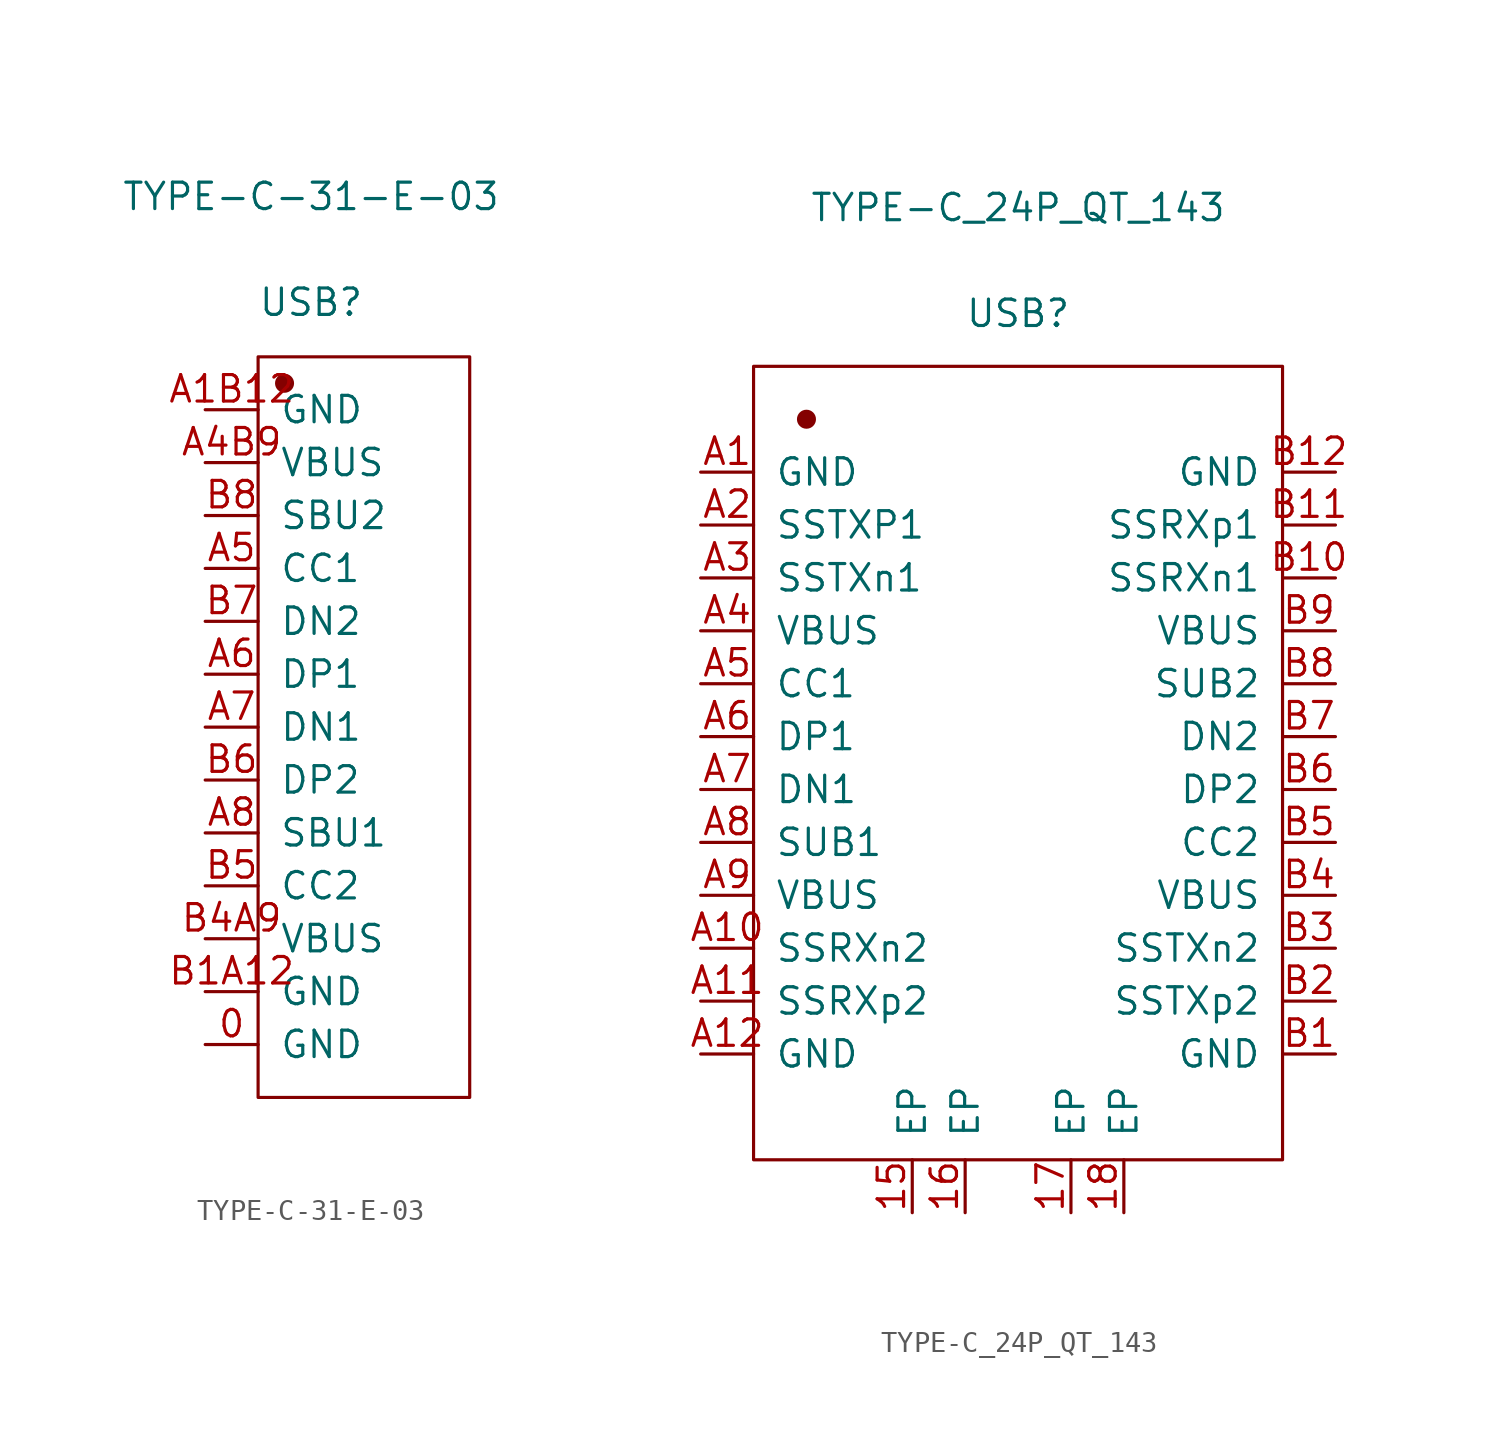
<source format=kicad_sym>
(kicad_symbol_lib
  (version 20211014)
  (generator kicad_symbol_editor)
  (symbol "TYPE-C-31-E-03"
    (pin_names
      (offset 1.016))
    (property "Reference" "USB"
      (at 0 20.396 0)
      (effects (font (size 1.27 1.27))))
    (property "Value" "TYPE-C-31-E-03"
      (at 0 25.476 0)
      (effects (font (size 1.27 1.27))))
    (symbol "TYPE-C-31-E-03_1_1"
      (rectangle (start -2.54 17.78) (end 7.62 -17.78) (stroke (width 0.152) (type default) (color 0 0 0 0)) (fill (type none)))
      (circle (center -1.27 16.51) (radius 0.381) (stroke (width 0.152) (type default) (color 0 0 0 0)) (fill (type outline)))
      (pin input line (at -5.08 -15.24 0) (length 2.54) (name "GND" (effects (font (size 1.27 1.27)))) (number "0" (effects (font (size 1.27 1.27)))))
      (pin input line (at -5.08 15.24 0) (length 2.54) (name "GND" (effects (font (size 1.27 1.27)))) (number "A1B12" (effects (font (size 1.27 1.27)))))
      (pin input line (at -5.08 12.7 0) (length 2.54) (name "VBUS" (effects (font (size 1.27 1.27)))) (number "A4B9" (effects (font (size 1.27 1.27)))))
      (pin input line (at -5.08 7.62 0) (length 2.54) (name "CC1" (effects (font (size 1.27 1.27)))) (number "A5" (effects (font (size 1.27 1.27)))))
      (pin input line (at -5.08 2.54 0) (length 2.54) (name "DP1" (effects (font (size 1.27 1.27)))) (number "A6" (effects (font (size 1.27 1.27)))))
      (pin input line (at -5.08 0 0) (length 2.54) (name "DN1" (effects (font (size 1.27 1.27)))) (number "A7" (effects (font (size 1.27 1.27)))))
      (pin input line (at -5.08 -5.08 0) (length 2.54) (name "SBU1" (effects (font (size 1.27 1.27)))) (number "A8" (effects (font (size 1.27 1.27)))))
      (pin input line (at -5.08 -12.7 0) (length 2.54) (name "GND" (effects (font (size 1.27 1.27)))) (number "B1A12" (effects (font (size 1.27 1.27)))))
      (pin input line (at -5.08 -10.16 0) (length 2.54) (name "VBUS" (effects (font (size 1.27 1.27)))) (number "B4A9" (effects (font (size 1.27 1.27)))))
      (pin input line (at -5.08 -7.62 0) (length 2.54) (name "CC2" (effects (font (size 1.27 1.27)))) (number "B5" (effects (font (size 1.27 1.27)))))
      (pin input line (at -5.08 -2.54 0) (length 2.54) (name "DP2" (effects (font (size 1.27 1.27)))) (number "B6" (effects (font (size 1.27 1.27)))))
      (pin input line (at -5.08 5.08 0) (length 2.54) (name "DN2" (effects (font (size 1.27 1.27)))) (number "B7" (effects (font (size 1.27 1.27)))))
      (pin input line (at -5.08 10.16 0) (length 2.54) (name "SBU2" (effects (font (size 1.27 1.27)))) (number "B8" (effects (font (size 1.27 1.27)))))))
  (symbol "TYPE-C_24P_QT_143"
    (pin_names
      (offset 1.016))
    (property "Reference" "USB"
      (at 0 22.86 0)
      (effects (font (size 1.27 1.27))))
    (property "Value" "TYPE-C_24P_QT_143"
      (at 0 27.94 0)
      (effects (font (size 1.27 1.27))))
    (symbol "TYPE-C_24P_QT_143_1_1"
      (rectangle (start -12.7 20.32) (end 12.7 -17.78) (stroke (width 0.152) (type default) (color 0 0 0 0)) (fill (type none)))
      (circle (center -10.16 17.78) (radius 0.381) (stroke (width 0.152) (type default) (color 0 0 0 0)) (fill (type outline)))
      (pin input line (at -5.08 -20.32 90) (length 2.54) (name "EP" (effects (font (size 1.27 1.27)))) (number "15" (effects (font (size 1.27 1.27)))))
      (pin input line (at -2.54 -20.32 90) (length 2.54) (name "EP" (effects (font (size 1.27 1.27)))) (number "16" (effects (font (size 1.27 1.27)))))
      (pin input line (at 2.54 -20.32 90) (length 2.54) (name "EP" (effects (font (size 1.27 1.27)))) (number "17" (effects (font (size 1.27 1.27)))))
      (pin input line (at 5.08 -20.32 90) (length 2.54) (name "EP" (effects (font (size 1.27 1.27)))) (number "18" (effects (font (size 1.27 1.27)))))
      (pin input line (at -15.24 15.24 0) (length 2.54) (name "GND" (effects (font (size 1.27 1.27)))) (number "A1" (effects (font (size 1.27 1.27)))))
      (pin input line (at -15.24 -7.62 0) (length 2.54) (name "SSRXn2" (effects (font (size 1.27 1.27)))) (number "A10" (effects (font (size 1.27 1.27)))))
      (pin input line (at -15.24 -10.16 0) (length 2.54) (name "SSRXp2" (effects (font (size 1.27 1.27)))) (number "A11" (effects (font (size 1.27 1.27)))))
      (pin input line (at -15.24 -12.7 0) (length 2.54) (name "GND" (effects (font (size 1.27 1.27)))) (number "A12" (effects (font (size 1.27 1.27)))))
      (pin input line (at -15.24 12.7 0) (length 2.54) (name "SSTXP1" (effects (font (size 1.27 1.27)))) (number "A2" (effects (font (size 1.27 1.27)))))
      (pin input line (at -15.24 10.16 0) (length 2.54) (name "SSTXn1" (effects (font (size 1.27 1.27)))) (number "A3" (effects (font (size 1.27 1.27)))))
      (pin input line (at -15.24 7.62 0) (length 2.54) (name "VBUS" (effects (font (size 1.27 1.27)))) (number "A4" (effects (font (size 1.27 1.27)))))
      (pin input line (at -15.24 5.08 0) (length 2.54) (name "CC1" (effects (font (size 1.27 1.27)))) (number "A5" (effects (font (size 1.27 1.27)))))
      (pin input line (at -15.24 2.54 0) (length 2.54) (name "DP1" (effects (font (size 1.27 1.27)))) (number "A6" (effects (font (size 1.27 1.27)))))
      (pin input line (at -15.24 0 0) (length 2.54) (name "DN1" (effects (font (size 1.27 1.27)))) (number "A7" (effects (font (size 1.27 1.27)))))
      (pin input line (at -15.24 -2.54 0) (length 2.54) (name "SUB1" (effects (font (size 1.27 1.27)))) (number "A8" (effects (font (size 1.27 1.27)))))
      (pin input line (at -15.24 -5.08 0) (length 2.54) (name "VBUS" (effects (font (size 1.27 1.27)))) (number "A9" (effects (font (size 1.27 1.27)))))
      (pin input line (at 15.24 -12.7 180) (length 2.54) (name "GND" (effects (font (size 1.27 1.27)))) (number "B1" (effects (font (size 1.27 1.27)))))
      (pin input line (at 15.24 10.16 180) (length 2.54) (name "SSRXn1" (effects (font (size 1.27 1.27)))) (number "B10" (effects (font (size 1.27 1.27)))))
      (pin input line (at 15.24 12.7 180) (length 2.54) (name "SSRXp1" (effects (font (size 1.27 1.27)))) (number "B11" (effects (font (size 1.27 1.27)))))
      (pin input line (at 15.24 15.24 180) (length 2.54) (name "GND" (effects (font (size 1.27 1.27)))) (number "B12" (effects (font (size 1.27 1.27)))))
      (pin input line (at 15.24 -10.16 180) (length 2.54) (name "SSTXp2" (effects (font (size 1.27 1.27)))) (number "B2" (effects (font (size 1.27 1.27)))))
      (pin input line (at 15.24 -7.62 180) (length 2.54) (name "SSTXn2" (effects (font (size 1.27 1.27)))) (number "B3" (effects (font (size 1.27 1.27)))))
      (pin input line (at 15.24 -5.08 180) (length 2.54) (name "VBUS" (effects (font (size 1.27 1.27)))) (number "B4" (effects (font (size 1.27 1.27)))))
      (pin input line (at 15.24 -2.54 180) (length 2.54) (name "CC2" (effects (font (size 1.27 1.27)))) (number "B5" (effects (font (size 1.27 1.27)))))
      (pin input line (at 15.24 0 180) (length 2.54) (name "DP2" (effects (font (size 1.27 1.27)))) (number "B6" (effects (font (size 1.27 1.27)))))
      (pin input line (at 15.24 2.54 180) (length 2.54) (name "DN2" (effects (font (size 1.27 1.27)))) (number "B7" (effects (font (size 1.27 1.27)))))
      (pin input line (at 15.24 5.08 180) (length 2.54) (name "SUB2" (effects (font (size 1.27 1.27)))) (number "B8" (effects (font (size 1.27 1.27)))))
      (pin input line (at 15.24 7.62 180) (length 2.54) (name "VBUS" (effects (font (size 1.27 1.27)))) (number "B9" (effects (font (size 1.27 1.27))))))))
</source>
